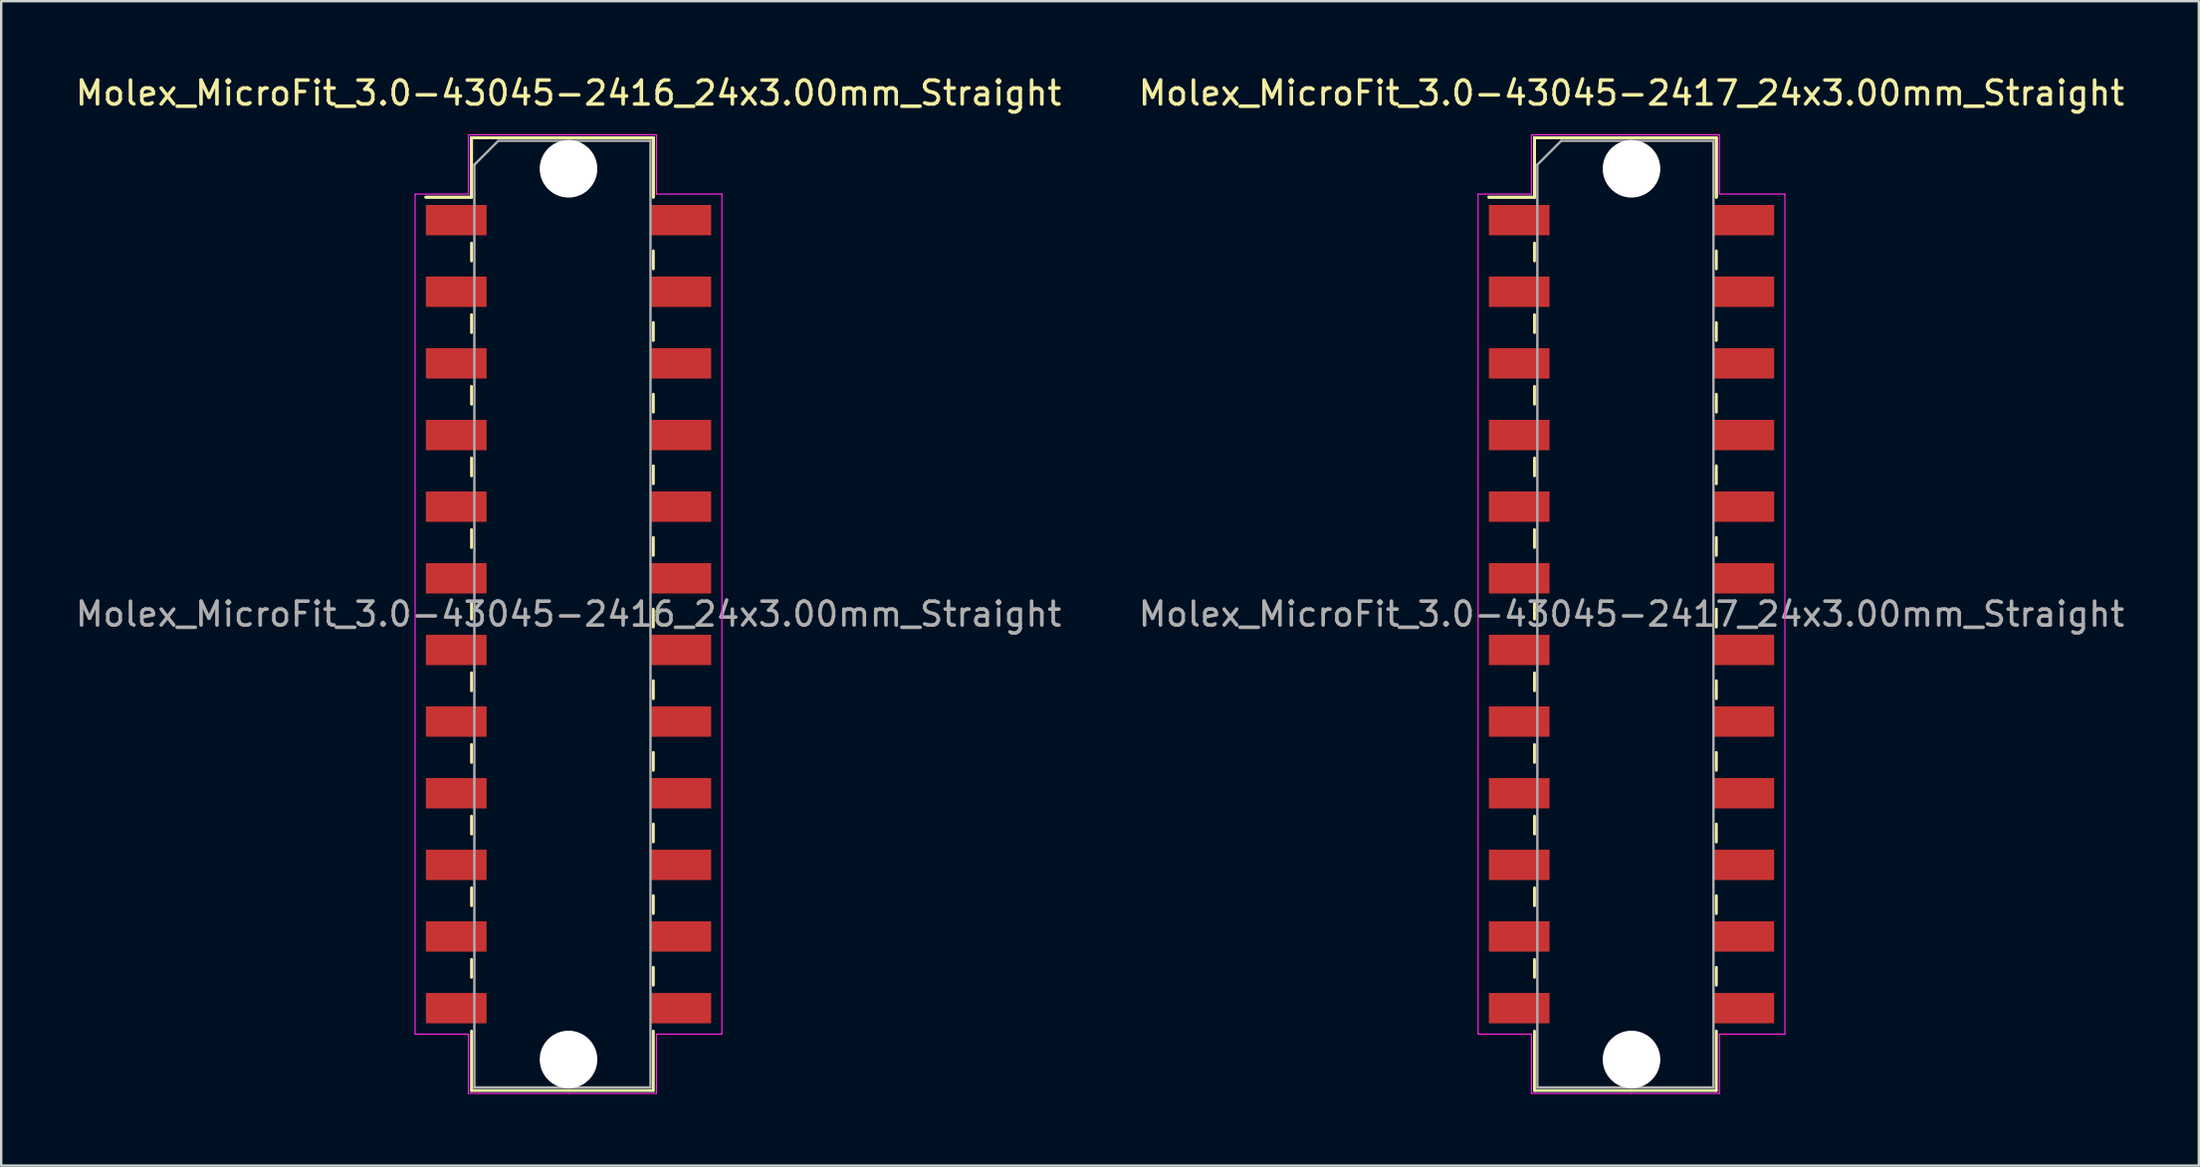
<source format=kicad_pcb>
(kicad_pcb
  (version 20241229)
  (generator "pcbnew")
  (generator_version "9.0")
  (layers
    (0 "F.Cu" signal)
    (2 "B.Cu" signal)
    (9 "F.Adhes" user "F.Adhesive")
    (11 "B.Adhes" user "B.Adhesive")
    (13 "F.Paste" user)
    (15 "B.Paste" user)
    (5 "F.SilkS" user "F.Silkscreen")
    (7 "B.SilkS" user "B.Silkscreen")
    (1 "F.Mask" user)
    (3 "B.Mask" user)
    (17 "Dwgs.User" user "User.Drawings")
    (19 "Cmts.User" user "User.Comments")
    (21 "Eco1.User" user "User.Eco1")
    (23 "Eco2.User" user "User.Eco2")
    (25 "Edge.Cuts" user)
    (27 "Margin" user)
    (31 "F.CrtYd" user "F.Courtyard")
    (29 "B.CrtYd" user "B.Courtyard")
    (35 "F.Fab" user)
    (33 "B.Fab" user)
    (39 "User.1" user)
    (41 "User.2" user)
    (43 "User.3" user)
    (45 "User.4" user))
  (footprint "Molex_MicroFit_3.0-43045-2417_24x3.00mm_Straight"
    (layer "F.Cu")
    (at 65.232 22.668)
    (property "Reference" "Molex_MicroFit_3.0-43045-2417_24x3.00mm_Straight" (at 0 -21.82 0) (layer "F.SilkS") (effects (font (size 1 1) (thickness 0.15))))
    (attr smd)
    (fp_line (start -5.97 -17.46) (end -4.06 -17.46) (stroke (width 0.12) (type solid)) (layer "F.SilkS"))
    (fp_line (start -5.97 -17.46) (end -4.06 -17.46) (stroke (width 0.12) (type solid)) (layer "F.SilkS"))
    (fp_line (start -4.06 -19.95) (end 3.55 -19.95) (stroke (width 0.12) (type solid)) (layer "F.SilkS"))
    (fp_line (start -4.06 -19.95) (end 3.55 -19.95) (stroke (width 0.12) (type solid)) (layer "F.SilkS"))
    (fp_line (start -4.06 -17.46) (end -4.06 -19.95) (stroke (width 0.12) (type solid)) (layer "F.SilkS"))
    (fp_line (start -4.06 -17.46) (end -4.06 -19.95) (stroke (width 0.12) (type solid)) (layer "F.SilkS"))
    (fp_line (start -4.06 -15.54) (end -4.06 -14.79) (stroke (width 0.12) (type solid)) (layer "F.SilkS"))
    (fp_line (start -4.06 -12.54) (end -4.06 -11.79) (stroke (width 0.12) (type solid)) (layer "F.SilkS"))
    (fp_line (start -4.06 -9.54) (end -4.06 -8.79) (stroke (width 0.12) (type solid)) (layer "F.SilkS"))
    (fp_line (start -4.06 -6.54) (end -4.06 -5.79) (stroke (width 0.12) (type solid)) (layer "F.SilkS"))
    (fp_line (start -4.06 -3.54) (end -4.06 -2.79) (stroke (width 0.12) (type solid)) (layer "F.SilkS"))
    (fp_line (start -4.06 -0.54) (end -4.06 0.21) (stroke (width 0.12) (type solid)) (layer "F.SilkS"))
    (fp_line (start -4.06 2.46) (end -4.06 3.21) (stroke (width 0.12) (type solid)) (layer "F.SilkS"))
    (fp_line (start -4.06 5.46) (end -4.06 6.21) (stroke (width 0.12) (type solid)) (layer "F.SilkS"))
    (fp_line (start -4.06 8.46) (end -4.06 9.21) (stroke (width 0.12) (type solid)) (layer "F.SilkS"))
    (fp_line (start -4.06 11.46) (end -4.06 12.21) (stroke (width 0.12) (type solid)) (layer "F.SilkS"))
    (fp_line (start -4.06 14.46) (end -4.06 15.21) (stroke (width 0.12) (type solid)) (layer "F.SilkS"))
    (fp_line (start -4.06 19.95) (end -4.06 17.46) (stroke (width 0.12) (type solid)) (layer "F.SilkS"))
    (fp_line (start 3.55 -19.95) (end 3.55 -17.46) (stroke (width 0.12) (type solid)) (layer "F.SilkS"))
    (fp_line (start 3.55 -19.95) (end 3.55 -17.46) (stroke (width 0.12) (type solid)) (layer "F.SilkS"))
    (fp_line (start 3.55 -14.46) (end 3.55 -15.21) (stroke (width 0.12) (type solid)) (layer "F.SilkS"))
    (fp_line (start 3.55 -11.46) (end 3.55 -12.21) (stroke (width 0.12) (type solid)) (layer "F.SilkS"))
    (fp_line (start 3.55 -8.46) (end 3.55 -9.21) (stroke (width 0.12) (type solid)) (layer "F.SilkS"))
    (fp_line (start 3.55 -5.46) (end 3.55 -6.21) (stroke (width 0.12) (type solid)) (layer "F.SilkS"))
    (fp_line (start 3.55 -2.46) (end 3.55 -3.21) (stroke (width 0.12) (type solid)) (layer "F.SilkS"))
    (fp_line (start 3.55 0.54) (end 3.55 -0.21) (stroke (width 0.12) (type solid)) (layer "F.SilkS"))
    (fp_line (start 3.55 3.54) (end 3.55 2.79) (stroke (width 0.12) (type solid)) (layer "F.SilkS"))
    (fp_line (start 3.55 6.54) (end 3.55 5.79) (stroke (width 0.12) (type solid)) (layer "F.SilkS"))
    (fp_line (start 3.55 9.54) (end 3.55 8.79) (stroke (width 0.12) (type solid)) (layer "F.SilkS"))
    (fp_line (start 3.55 12.54) (end 3.55 11.79) (stroke (width 0.12) (type solid)) (layer "F.SilkS"))
    (fp_line (start 3.55 15.54) (end 3.55 14.79) (stroke (width 0.12) (type solid)) (layer "F.SilkS"))
    (fp_line (start 3.55 17.46) (end 3.55 19.95) (stroke (width 0.12) (type solid)) (layer "F.SilkS"))
    (fp_line (start 3.55 19.95) (end -4.06 19.95) (stroke (width 0.12) (type solid)) (layer "F.SilkS"))
    (fp_line (start -6.42 -17.59) (end -4.19 -17.59) (stroke (width 0.05) (type solid)) (layer "F.CrtYd"))
    (fp_line (start -6.42 17.59) (end -6.42 -17.59) (stroke (width 0.05) (type solid)) (layer "F.CrtYd"))
    (fp_line (start -4.19 -20.07) (end 0 -20.07) (stroke (width 0.05) (type solid)) (layer "F.CrtYd"))
    (fp_line (start -4.19 -17.59) (end -4.19 -20.07) (stroke (width 0.05) (type solid)) (layer "F.CrtYd"))
    (fp_line (start -4.19 17.59) (end -6.42 17.59) (stroke (width 0.05) (type solid)) (layer "F.CrtYd"))
    (fp_line (start -4.19 20.07) (end -4.19 17.59) (stroke (width 0.05) (type solid)) (layer "F.CrtYd"))
    (fp_line (start 0 -20.07) (end 3.68 -20.07) (stroke (width 0.05) (type solid)) (layer "F.CrtYd"))
    (fp_line (start 0 20.07) (end -4.19 20.07) (stroke (width 0.05) (type solid)) (layer "F.CrtYd"))
    (fp_line (start 3.68 -20.07) (end 3.68 -17.59) (stroke (width 0.05) (type solid)) (layer "F.CrtYd"))
    (fp_line (start 3.68 -17.59) (end 6.42 -17.59) (stroke (width 0.05) (type solid)) (layer "F.CrtYd"))
    (fp_line (start 3.68 17.59) (end 3.68 20.07) (stroke (width 0.05) (type solid)) (layer "F.CrtYd"))
    (fp_line (start 3.68 20.07) (end 0 20.07) (stroke (width 0.05) (type solid)) (layer "F.CrtYd"))
    (fp_line (start 6.42 -17.59) (end 6.42 17.59) (stroke (width 0.05) (type solid)) (layer "F.CrtYd"))
    (fp_line (start 6.42 17.59) (end 3.68 17.59) (stroke (width 0.05) (type solid)) (layer "F.CrtYd"))
    (fp_line (start -3.94 -18.82) (end -2.94 -19.82) (stroke (width 0.1) (type solid)) (layer "F.Fab"))
    (fp_line (start -3.94 19.82) (end -3.94 -18.82) (stroke (width 0.1) (type solid)) (layer "F.Fab"))
    (fp_line (start -2.94 -19.82) (end 0 -19.82) (stroke (width 0.1) (type solid)) (layer "F.Fab"))
    (fp_line (start 0 -19.82) (end 3.43 -19.82) (stroke (width 0.1) (type solid)) (layer "F.Fab"))
    (fp_line (start 0 19.82) (end -3.94 19.82) (stroke (width 0.1) (type solid)) (layer "F.Fab"))
    (fp_line (start 3.43 -19.82) (end 3.43 19.82) (stroke (width 0.1) (type solid)) (layer "F.Fab"))
    (fp_line (start 3.43 19.82) (end 0 19.82) (stroke (width 0.1) (type solid)) (layer "F.Fab"))
    (fp_text user "${REFERENCE}" (at 0 0 0) (layer "F.Fab") (effects (font (size 1 1) (thickness 0.15))))
    (pad "" np_thru_hole circle (at 0 -18.65) (size 2.41 2.41) (drill 2.41) (layers "*.Cu"))
    (pad "" np_thru_hole circle (at 0 18.65) (size 2.41 2.41) (drill 2.41) (layers "*.Cu"))
    (pad "1" smd rect (at -4.7 -16.5) (size 2.54 1.27) (layers "F.Cu" "F.Mask" "F.Paste"))
    (pad "2" smd rect (at -4.7 -13.5) (size 2.54 1.27) (layers "F.Cu" "F.Mask" "F.Paste"))
    (pad "3" smd rect (at -4.7 -10.5) (size 2.54 1.27) (layers "F.Cu" "F.Mask" "F.Paste"))
    (pad "4" smd rect (at -4.7 -7.5) (size 2.54 1.27) (layers "F.Cu" "F.Mask" "F.Paste"))
    (pad "5" smd rect (at -4.7 -4.5) (size 2.54 1.27) (layers "F.Cu" "F.Mask" "F.Paste"))
    (pad "6" smd rect (at -4.7 -1.5) (size 2.54 1.27) (layers "F.Cu" "F.Mask" "F.Paste"))
    (pad "7" smd rect (at -4.7 1.5) (size 2.54 1.27) (layers "F.Cu" "F.Mask" "F.Paste"))
    (pad "8" smd rect (at -4.7 4.5) (size 2.54 1.27) (layers "F.Cu" "F.Mask" "F.Paste"))
    (pad "9" smd rect (at -4.7 7.5) (size 2.54 1.27) (layers "F.Cu" "F.Mask" "F.Paste"))
    (pad "10" smd rect (at -4.7 10.5) (size 2.54 1.27) (layers "F.Cu" "F.Mask" "F.Paste"))
    (pad "11" smd rect (at -4.7 13.5) (size 2.54 1.27) (layers "F.Cu" "F.Mask" "F.Paste"))
    (pad "12" smd rect (at -4.7 16.5) (size 2.54 1.27) (layers "F.Cu" "F.Mask" "F.Paste"))
    (pad "13" smd rect (at 4.7 16.5) (size 2.54 1.27) (layers "F.Cu" "F.Mask" "F.Paste"))
    (pad "14" smd rect (at 4.7 13.5) (size 2.54 1.27) (layers "F.Cu" "F.Mask" "F.Paste"))
    (pad "15" smd rect (at 4.7 10.5) (size 2.54 1.27) (layers "F.Cu" "F.Mask" "F.Paste"))
    (pad "16" smd rect (at 4.7 7.5) (size 2.54 1.27) (layers "F.Cu" "F.Mask" "F.Paste"))
    (pad "17" smd rect (at 4.7 4.5) (size 2.54 1.27) (layers "F.Cu" "F.Mask" "F.Paste"))
    (pad "18" smd rect (at 4.7 1.5) (size 2.54 1.27) (layers "F.Cu" "F.Mask" "F.Paste"))
    (pad "19" smd rect (at 4.7 -1.5) (size 2.54 1.27) (layers "F.Cu" "F.Mask" "F.Paste"))
    (pad "20" smd rect (at 4.7 -4.5) (size 2.54 1.27) (layers "F.Cu" "F.Mask" "F.Paste"))
    (pad "21" smd rect (at 4.7 -7.5) (size 2.54 1.27) (layers "F.Cu" "F.Mask" "F.Paste"))
    (pad "22" smd rect (at 4.7 -10.5) (size 2.54 1.27) (layers "F.Cu" "F.Mask" "F.Paste"))
    (pad "23" smd rect (at 4.7 -13.5) (size 2.54 1.27) (layers "F.Cu" "F.Mask" "F.Paste"))
    (pad "24" smd rect (at 4.7 -16.5) (size 2.54 1.27) (layers "F.Cu" "F.Mask" "F.Paste")))
  (footprint "Molex_MicroFit_3.0-43045-2416_24x3.00mm_Straight"
    (layer "F.Cu")
    (at 20.744 22.668)
    (property "Reference" "Molex_MicroFit_3.0-43045-2416_24x3.00mm_Straight" (at 0 -21.82 0) (layer "F.SilkS") (effects (font (size 1 1) (thickness 0.15))))
    (attr smd)
    (fp_line (start -5.97 -17.46) (end -4.06 -17.46) (stroke (width 0.12) (type solid)) (layer "F.SilkS"))
    (fp_line (start -5.97 -17.46) (end -4.06 -17.46) (stroke (width 0.12) (type solid)) (layer "F.SilkS"))
    (fp_line (start -4.06 -19.95) (end 3.55 -19.95) (stroke (width 0.12) (type solid)) (layer "F.SilkS"))
    (fp_line (start -4.06 -19.95) (end 3.55 -19.95) (stroke (width 0.12) (type solid)) (layer "F.SilkS"))
    (fp_line (start -4.06 -17.46) (end -4.06 -19.95) (stroke (width 0.12) (type solid)) (layer "F.SilkS"))
    (fp_line (start -4.06 -17.46) (end -4.06 -19.95) (stroke (width 0.12) (type solid)) (layer "F.SilkS"))
    (fp_line (start -4.06 -15.54) (end -4.06 -14.79) (stroke (width 0.12) (type solid)) (layer "F.SilkS"))
    (fp_line (start -4.06 -12.54) (end -4.06 -11.79) (stroke (width 0.12) (type solid)) (layer "F.SilkS"))
    (fp_line (start -4.06 -9.54) (end -4.06 -8.79) (stroke (width 0.12) (type solid)) (layer "F.SilkS"))
    (fp_line (start -4.06 -6.54) (end -4.06 -5.79) (stroke (width 0.12) (type solid)) (layer "F.SilkS"))
    (fp_line (start -4.06 -3.54) (end -4.06 -2.79) (stroke (width 0.12) (type solid)) (layer "F.SilkS"))
    (fp_line (start -4.06 -0.54) (end -4.06 0.21) (stroke (width 0.12) (type solid)) (layer "F.SilkS"))
    (fp_line (start -4.06 2.46) (end -4.06 3.21) (stroke (width 0.12) (type solid)) (layer "F.SilkS"))
    (fp_line (start -4.06 5.46) (end -4.06 6.21) (stroke (width 0.12) (type solid)) (layer "F.SilkS"))
    (fp_line (start -4.06 8.46) (end -4.06 9.21) (stroke (width 0.12) (type solid)) (layer "F.SilkS"))
    (fp_line (start -4.06 11.46) (end -4.06 12.21) (stroke (width 0.12) (type solid)) (layer "F.SilkS"))
    (fp_line (start -4.06 14.46) (end -4.06 15.21) (stroke (width 0.12) (type solid)) (layer "F.SilkS"))
    (fp_line (start -4.06 19.95) (end -4.06 17.46) (stroke (width 0.12) (type solid)) (layer "F.SilkS"))
    (fp_line (start 3.55 -19.95) (end 3.55 -17.46) (stroke (width 0.12) (type solid)) (layer "F.SilkS"))
    (fp_line (start 3.55 -19.95) (end 3.55 -17.46) (stroke (width 0.12) (type solid)) (layer "F.SilkS"))
    (fp_line (start 3.55 -14.46) (end 3.55 -15.21) (stroke (width 0.12) (type solid)) (layer "F.SilkS"))
    (fp_line (start 3.55 -11.46) (end 3.55 -12.21) (stroke (width 0.12) (type solid)) (layer "F.SilkS"))
    (fp_line (start 3.55 -8.46) (end 3.55 -9.21) (stroke (width 0.12) (type solid)) (layer "F.SilkS"))
    (fp_line (start 3.55 -5.46) (end 3.55 -6.21) (stroke (width 0.12) (type solid)) (layer "F.SilkS"))
    (fp_line (start 3.55 -2.46) (end 3.55 -3.21) (stroke (width 0.12) (type solid)) (layer "F.SilkS"))
    (fp_line (start 3.55 0.54) (end 3.55 -0.21) (stroke (width 0.12) (type solid)) (layer "F.SilkS"))
    (fp_line (start 3.55 3.54) (end 3.55 2.79) (stroke (width 0.12) (type solid)) (layer "F.SilkS"))
    (fp_line (start 3.55 6.54) (end 3.55 5.79) (stroke (width 0.12) (type solid)) (layer "F.SilkS"))
    (fp_line (start 3.55 9.54) (end 3.55 8.79) (stroke (width 0.12) (type solid)) (layer "F.SilkS"))
    (fp_line (start 3.55 12.54) (end 3.55 11.79) (stroke (width 0.12) (type solid)) (layer "F.SilkS"))
    (fp_line (start 3.55 15.54) (end 3.55 14.79) (stroke (width 0.12) (type solid)) (layer "F.SilkS"))
    (fp_line (start 3.55 17.46) (end 3.55 19.95) (stroke (width 0.12) (type solid)) (layer "F.SilkS"))
    (fp_line (start 3.55 19.95) (end -4.06 19.95) (stroke (width 0.12) (type solid)) (layer "F.SilkS"))
    (fp_line (start -6.42 -17.59) (end -4.19 -17.59) (stroke (width 0.05) (type solid)) (layer "F.CrtYd"))
    (fp_line (start -6.42 17.59) (end -6.42 -17.59) (stroke (width 0.05) (type solid)) (layer "F.CrtYd"))
    (fp_line (start -4.19 -20.07) (end 0 -20.07) (stroke (width 0.05) (type solid)) (layer "F.CrtYd"))
    (fp_line (start -4.19 -17.59) (end -4.19 -20.07) (stroke (width 0.05) (type solid)) (layer "F.CrtYd"))
    (fp_line (start -4.19 17.59) (end -6.42 17.59) (stroke (width 0.05) (type solid)) (layer "F.CrtYd"))
    (fp_line (start -4.19 20.07) (end -4.19 17.59) (stroke (width 0.05) (type solid)) (layer "F.CrtYd"))
    (fp_line (start 0 -20.07) (end 3.68 -20.07) (stroke (width 0.05) (type solid)) (layer "F.CrtYd"))
    (fp_line (start 0 20.07) (end -4.19 20.07) (stroke (width 0.05) (type solid)) (layer "F.CrtYd"))
    (fp_line (start 3.68 -20.07) (end 3.68 -17.59) (stroke (width 0.05) (type solid)) (layer "F.CrtYd"))
    (fp_line (start 3.68 -17.59) (end 6.42 -17.59) (stroke (width 0.05) (type solid)) (layer "F.CrtYd"))
    (fp_line (start 3.68 17.59) (end 3.68 20.07) (stroke (width 0.05) (type solid)) (layer "F.CrtYd"))
    (fp_line (start 3.68 20.07) (end 0 20.07) (stroke (width 0.05) (type solid)) (layer "F.CrtYd"))
    (fp_line (start 6.42 -17.59) (end 6.42 17.59) (stroke (width 0.05) (type solid)) (layer "F.CrtYd"))
    (fp_line (start 6.42 17.59) (end 3.68 17.59) (stroke (width 0.05) (type solid)) (layer "F.CrtYd"))
    (fp_line (start -3.94 -18.82) (end -2.94 -19.82) (stroke (width 0.1) (type solid)) (layer "F.Fab"))
    (fp_line (start -3.94 19.82) (end -3.94 -18.82) (stroke (width 0.1) (type solid)) (layer "F.Fab"))
    (fp_line (start -2.94 -19.82) (end 0 -19.82) (stroke (width 0.1) (type solid)) (layer "F.Fab"))
    (fp_line (start 0 -19.82) (end 3.43 -19.82) (stroke (width 0.1) (type solid)) (layer "F.Fab"))
    (fp_line (start 0 19.82) (end -3.94 19.82) (stroke (width 0.1) (type solid)) (layer "F.Fab"))
    (fp_line (start 3.43 -19.82) (end 3.43 19.82) (stroke (width 0.1) (type solid)) (layer "F.Fab"))
    (fp_line (start 3.43 19.82) (end 0 19.82) (stroke (width 0.1) (type solid)) (layer "F.Fab"))
    (fp_text user "${REFERENCE}" (at 0 0 0) (layer "F.Fab") (effects (font (size 1 1) (thickness 0.15))))
    (pad "" np_thru_hole circle (at 0 -18.65) (size 2.41 2.41) (drill 2.41) (layers "*.Cu"))
    (pad "" np_thru_hole circle (at 0 18.65) (size 2.41 2.41) (drill 2.41) (layers "*.Cu"))
    (pad "1" smd rect (at -4.7 -16.5) (size 2.54 1.27) (layers "F.Cu" "F.Mask" "F.Paste"))
    (pad "2" smd rect (at -4.7 -13.5) (size 2.54 1.27) (layers "F.Cu" "F.Mask" "F.Paste"))
    (pad "3" smd rect (at -4.7 -10.5) (size 2.54 1.27) (layers "F.Cu" "F.Mask" "F.Paste"))
    (pad "4" smd rect (at -4.7 -7.5) (size 2.54 1.27) (layers "F.Cu" "F.Mask" "F.Paste"))
    (pad "5" smd rect (at -4.7 -4.5) (size 2.54 1.27) (layers "F.Cu" "F.Mask" "F.Paste"))
    (pad "6" smd rect (at -4.7 -1.5) (size 2.54 1.27) (layers "F.Cu" "F.Mask" "F.Paste"))
    (pad "7" smd rect (at -4.7 1.5) (size 2.54 1.27) (layers "F.Cu" "F.Mask" "F.Paste"))
    (pad "8" smd rect (at -4.7 4.5) (size 2.54 1.27) (layers "F.Cu" "F.Mask" "F.Paste"))
    (pad "9" smd rect (at -4.7 7.5) (size 2.54 1.27) (layers "F.Cu" "F.Mask" "F.Paste"))
    (pad "10" smd rect (at -4.7 10.5) (size 2.54 1.27) (layers "F.Cu" "F.Mask" "F.Paste"))
    (pad "11" smd rect (at -4.7 13.5) (size 2.54 1.27) (layers "F.Cu" "F.Mask" "F.Paste"))
    (pad "12" smd rect (at -4.7 16.5) (size 2.54 1.27) (layers "F.Cu" "F.Mask" "F.Paste"))
    (pad "13" smd rect (at 4.7 16.5) (size 2.54 1.27) (layers "F.Cu" "F.Mask" "F.Paste"))
    (pad "14" smd rect (at 4.7 13.5) (size 2.54 1.27) (layers "F.Cu" "F.Mask" "F.Paste"))
    (pad "15" smd rect (at 4.7 10.5) (size 2.54 1.27) (layers "F.Cu" "F.Mask" "F.Paste"))
    (pad "16" smd rect (at 4.7 7.5) (size 2.54 1.27) (layers "F.Cu" "F.Mask" "F.Paste"))
    (pad "17" smd rect (at 4.7 4.5) (size 2.54 1.27) (layers "F.Cu" "F.Mask" "F.Paste"))
    (pad "18" smd rect (at 4.7 1.5) (size 2.54 1.27) (layers "F.Cu" "F.Mask" "F.Paste"))
    (pad "19" smd rect (at 4.7 -1.5) (size 2.54 1.27) (layers "F.Cu" "F.Mask" "F.Paste"))
    (pad "20" smd rect (at 4.7 -4.5) (size 2.54 1.27) (layers "F.Cu" "F.Mask" "F.Paste"))
    (pad "21" smd rect (at 4.7 -7.5) (size 2.54 1.27) (layers "F.Cu" "F.Mask" "F.Paste"))
    (pad "22" smd rect (at 4.7 -10.5) (size 2.54 1.27) (layers "F.Cu" "F.Mask" "F.Paste"))
    (pad "23" smd rect (at 4.7 -13.5) (size 2.54 1.27) (layers "F.Cu" "F.Mask" "F.Paste"))
    (pad "24" smd rect (at 4.7 -16.5) (size 2.54 1.27) (layers "F.Cu" "F.Mask" "F.Paste")))
  (gr_rect
    (start -3 -3)
    (end 88.976 45.763)
    (stroke (width 0.1) (type default))
    (fill no)
    (layer "Edge.Cuts")))
</source>
